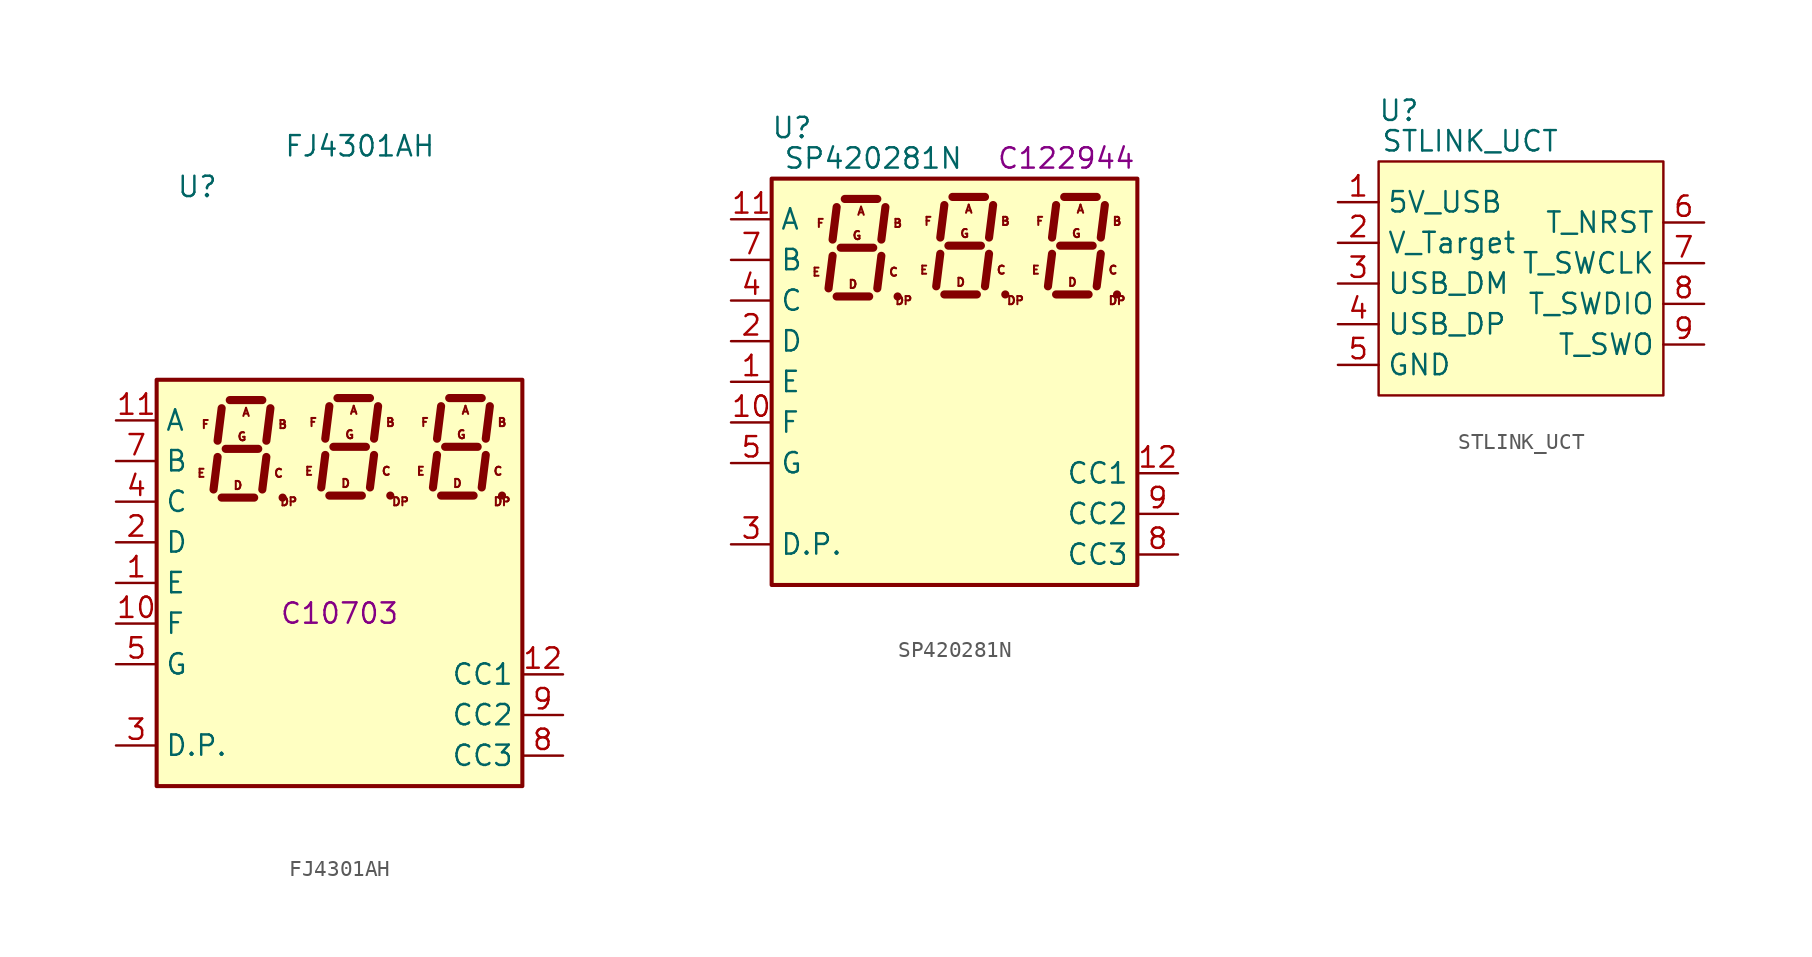
<source format=kicad_sym>
(kicad_symbol_lib
  (version 20220914)
  (generator kicad_symbol_editor)
  (symbol "FJ4301AH"
    (property "Reference" "U"
      (at -1.27 20.32 0)
      (effects (font (size 1.27 1.27))))
    (property "Value" "FJ4301AH"
      (at 8.89 22.86 0)
      (effects (font (size 1.27 1.27))))
    (property "LCSC" "C10703"
      (at 7.62 -6.35 0)
      (effects (font (size 1.27 1.27))))
    (symbol "FJ4301AH_0_0"
      (text "A" (at 1.778 6.223 0) (effects (font (size 0.508 0.508))))
      (text "A" (at 8.509 6.35 0) (effects (font (size 0.508 0.508))))
      (text "A" (at 15.494 6.35 0) (effects (font (size 0.508 0.508))))
      (text "B" (at 4.064 5.461 0) (effects (font (size 0.508 0.508))))
      (text "B" (at 10.795 5.588 0) (effects (font (size 0.508 0.508))))
      (text "B" (at 17.78 5.588 0) (effects (font (size 0.508 0.508))))
      (text "C" (at 3.81 2.413 0) (effects (font (size 0.508 0.508))))
      (text "C" (at 10.541 2.54 0) (effects (font (size 0.508 0.508))))
      (text "C" (at 17.526 2.54 0) (effects (font (size 0.508 0.508))))
      (text "D" (at 1.27 1.651 0) (effects (font (size 0.508 0.508))))
      (text "D" (at 8.001 1.778 0) (effects (font (size 0.508 0.508))))
      (text "D" (at 14.986 1.778 0) (effects (font (size 0.508 0.508))))
      (text "DP" (at 4.445 0.635 0) (effects (font (size 0.508 0.508))))
      (text "DP" (at 11.43 0.635 0) (effects (font (size 0.508 0.508))))
      (text "DP" (at 17.78 0.635 0) (effects (font (size 0.508 0.508))))
      (text "E" (at -1.016 2.413 0) (effects (font (size 0.508 0.508))))
      (text "E" (at 5.715 2.54 0) (effects (font (size 0.508 0.508))))
      (text "E" (at 12.7 2.54 0) (effects (font (size 0.508 0.508))))
      (text "F" (at -0.762 5.461 0) (effects (font (size 0.508 0.508))))
      (text "F" (at 5.969 5.588 0) (effects (font (size 0.508 0.508))))
      (text "F" (at 12.954 5.588 0) (effects (font (size 0.508 0.508))))
      (text "G" (at 1.524 4.699 0) (effects (font (size 0.508 0.508))))
      (text "G" (at 8.255 4.826 0) (effects (font (size 0.508 0.508))))
      (text "G" (at 15.24 4.826 0) (effects (font (size 0.508 0.508)))))
    (symbol "FJ4301AH_0_1"
      (rectangle (start -3.81 8.255) (end 19.05 -17.145) (stroke (width 0.254) (type default)) (fill (type background)))
      (polyline (pts (xy 0 3.429) (xy -0.254 1.397)) (stroke (width 0.508) (type default)) (fill (type none)))
      (polyline (pts (xy 0.254 0.889) (xy 2.286 0.889)) (stroke (width 0.508) (type default)) (fill (type none)))
      (polyline (pts (xy 0.254 6.477) (xy 0 4.445)) (stroke (width 0.508) (type default)) (fill (type none)))
      (polyline (pts (xy 0.508 3.937) (xy 2.54 3.937)) (stroke (width 0.508) (type default)) (fill (type none)))
      (polyline (pts (xy 0.762 6.985) (xy 2.794 6.985)) (stroke (width 0.508) (type default)) (fill (type none)))
      (polyline (pts (xy 3.048 3.429) (xy 2.794 1.397)) (stroke (width 0.508) (type default)) (fill (type none)))
      (polyline (pts (xy 3.302 6.477) (xy 3.048 4.445)) (stroke (width 0.508) (type default)) (fill (type none)))
      (polyline (pts (xy 4.064 0.889) (xy 4.064 0.889)) (stroke (width 0.508) (type default)) (fill (type none)))
      (polyline (pts (xy 6.731 3.556) (xy 6.477 1.524)) (stroke (width 0.508) (type default)) (fill (type none)))
      (polyline (pts (xy 6.985 1.016) (xy 9.017 1.016)) (stroke (width 0.508) (type default)) (fill (type none)))
      (polyline (pts (xy 6.985 6.604) (xy 6.731 4.572)) (stroke (width 0.508) (type default)) (fill (type none)))
      (polyline (pts (xy 7.239 4.064) (xy 9.271 4.064)) (stroke (width 0.508) (type default)) (fill (type none)))
      (polyline (pts (xy 7.493 7.112) (xy 9.525 7.112)) (stroke (width 0.508) (type default)) (fill (type none)))
      (polyline (pts (xy 9.779 3.556) (xy 9.525 1.524)) (stroke (width 0.508) (type default)) (fill (type none)))
      (polyline (pts (xy 10.033 6.604) (xy 9.779 4.572)) (stroke (width 0.508) (type default)) (fill (type none)))
      (polyline (pts (xy 10.795 1.016) (xy 10.795 1.016)) (stroke (width 0.508) (type default)) (fill (type none)))
      (polyline (pts (xy 13.716 3.556) (xy 13.462 1.524)) (stroke (width 0.508) (type default)) (fill (type none)))
      (polyline (pts (xy 13.97 1.016) (xy 16.002 1.016)) (stroke (width 0.508) (type default)) (fill (type none)))
      (polyline (pts (xy 13.97 6.604) (xy 13.716 4.572)) (stroke (width 0.508) (type default)) (fill (type none)))
      (polyline (pts (xy 14.224 4.064) (xy 16.256 4.064)) (stroke (width 0.508) (type default)) (fill (type none)))
      (polyline (pts (xy 14.478 7.112) (xy 16.51 7.112)) (stroke (width 0.508) (type default)) (fill (type none)))
      (polyline (pts (xy 16.764 3.556) (xy 16.51 1.524)) (stroke (width 0.508) (type default)) (fill (type none)))
      (polyline (pts (xy 17.018 6.604) (xy 16.764 4.572)) (stroke (width 0.508) (type default)) (fill (type none)))
      (polyline (pts (xy 17.78 1.016) (xy 17.78 1.016)) (stroke (width 0.508) (type default)) (fill (type none))))
    (symbol "FJ4301AH_1_1"
      (pin input line (at -6.35 -4.445 0) (length 2.54) (name "E" (effects (font (size 1.27 1.27)))) (number "1" (effects (font (size 1.27 1.27)))))
      (pin input line (at -6.35 -6.985 0) (length 2.54) (name "F" (effects (font (size 1.27 1.27)))) (number "10" (effects (font (size 1.27 1.27)))))
      (pin input line (at -6.35 5.715 0) (length 2.54) (name "A" (effects (font (size 1.27 1.27)))) (number "11" (effects (font (size 1.27 1.27)))))
      (pin input line (at 21.59 -10.16 180) (length 2.54) (name "CC1" (effects (font (size 1.27 1.27)))) (number "12" (effects (font (size 1.27 1.27)))))
      (pin input line (at -6.35 -1.905 0) (length 2.54) (name "D" (effects (font (size 1.27 1.27)))) (number "2" (effects (font (size 1.27 1.27)))))
      (pin input line (at -6.35 -14.605 0) (length 2.54) (name "D.P." (effects (font (size 1.27 1.27)))) (number "3" (effects (font (size 1.27 1.27)))))
      (pin input line (at -6.35 0.635 0) (length 2.54) (name "C" (effects (font (size 1.27 1.27)))) (number "4" (effects (font (size 1.27 1.27)))))
      (pin input line (at -6.35 -9.525 0) (length 2.54) (name "G" (effects (font (size 1.27 1.27)))) (number "5" (effects (font (size 1.27 1.27)))))
      (pin no_connect line (at 21.59 -5.08 180) (length 2.54) hide (name "NC" (effects (font (size 1.27 1.27)))) (number "6" (effects (font (size 1.27 1.27)))))
      (pin input line (at -6.35 3.175 0) (length 2.54) (name "B" (effects (font (size 1.27 1.27)))) (number "7" (effects (font (size 1.27 1.27)))))
      (pin input line (at 21.59 -15.24 180) (length 2.54) (name "CC3" (effects (font (size 1.27 1.27)))) (number "8" (effects (font (size 1.27 1.27)))))
      (pin input line (at 21.59 -12.7 180) (length 2.54) (name "CC2" (effects (font (size 1.27 1.27)))) (number "9" (effects (font (size 1.27 1.27)))))))
  (symbol "SP420281N"
    (property "Reference" "U"
      (at -10.16 17.145 0)
      (effects (font (size 1.27 1.27))))
    (property "Value" "SP420281N"
      (at -5.08 15.24 0)
      (effects (font (size 1.27 1.27))))
    (property "LCSC" "C122944"
      (at 6.985 15.24 0)
      (effects (font (size 1.27 1.27))))
    (symbol "SP420281N_0_0"
      (text "A" (at -5.842 11.938 0) (effects (font (size 0.508 0.508))))
      (text "A" (at 0.889 12.065 0) (effects (font (size 0.508 0.508))))
      (text "A" (at 7.874 12.065 0) (effects (font (size 0.508 0.508))))
      (text "B" (at -3.556 11.176 0) (effects (font (size 0.508 0.508))))
      (text "B" (at 3.175 11.303 0) (effects (font (size 0.508 0.508))))
      (text "B" (at 10.16 11.303 0) (effects (font (size 0.508 0.508))))
      (text "C" (at -3.81 8.128 0) (effects (font (size 0.508 0.508))))
      (text "C" (at 2.921 8.255 0) (effects (font (size 0.508 0.508))))
      (text "C" (at 9.906 8.255 0) (effects (font (size 0.508 0.508))))
      (text "D" (at -6.35 7.366 0) (effects (font (size 0.508 0.508))))
      (text "D" (at 0.381 7.493 0) (effects (font (size 0.508 0.508))))
      (text "D" (at 7.366 7.493 0) (effects (font (size 0.508 0.508))))
      (text "DP" (at -3.175 6.35 0) (effects (font (size 0.508 0.508))))
      (text "DP" (at 3.81 6.35 0) (effects (font (size 0.508 0.508))))
      (text "DP" (at 10.16 6.35 0) (effects (font (size 0.508 0.508))))
      (text "E" (at -8.636 8.128 0) (effects (font (size 0.508 0.508))))
      (text "E" (at -1.905 8.255 0) (effects (font (size 0.508 0.508))))
      (text "E" (at 5.08 8.255 0) (effects (font (size 0.508 0.508))))
      (text "F" (at -8.382 11.176 0) (effects (font (size 0.508 0.508))))
      (text "F" (at -1.651 11.303 0) (effects (font (size 0.508 0.508))))
      (text "F" (at 5.334 11.303 0) (effects (font (size 0.508 0.508))))
      (text "G" (at -6.096 10.414 0) (effects (font (size 0.508 0.508))))
      (text "G" (at 0.635 10.541 0) (effects (font (size 0.508 0.508))))
      (text "G" (at 7.62 10.541 0) (effects (font (size 0.508 0.508)))))
    (symbol "SP420281N_0_1"
      (rectangle (start -11.43 13.97) (end 11.43 -11.43) (stroke (width 0.254) (type default)) (fill (type background)))
      (polyline (pts (xy -7.62 9.144) (xy -7.874 7.112)) (stroke (width 0.508) (type default)) (fill (type none)))
      (polyline (pts (xy -7.366 6.604) (xy -5.334 6.604)) (stroke (width 0.508) (type default)) (fill (type none)))
      (polyline (pts (xy -7.366 12.192) (xy -7.62 10.16)) (stroke (width 0.508) (type default)) (fill (type none)))
      (polyline (pts (xy -7.112 9.652) (xy -5.08 9.652)) (stroke (width 0.508) (type default)) (fill (type none)))
      (polyline (pts (xy -6.858 12.7) (xy -4.826 12.7)) (stroke (width 0.508) (type default)) (fill (type none)))
      (polyline (pts (xy -4.572 9.144) (xy -4.826 7.112)) (stroke (width 0.508) (type default)) (fill (type none)))
      (polyline (pts (xy -4.318 12.192) (xy -4.572 10.16)) (stroke (width 0.508) (type default)) (fill (type none)))
      (polyline (pts (xy -3.556 6.604) (xy -3.556 6.604)) (stroke (width 0.508) (type default)) (fill (type none)))
      (polyline (pts (xy -0.889 9.271) (xy -1.143 7.239)) (stroke (width 0.508) (type default)) (fill (type none)))
      (polyline (pts (xy -0.635 6.731) (xy 1.397 6.731)) (stroke (width 0.508) (type default)) (fill (type none)))
      (polyline (pts (xy -0.635 12.319) (xy -0.889 10.287)) (stroke (width 0.508) (type default)) (fill (type none)))
      (polyline (pts (xy -0.381 9.779) (xy 1.651 9.779)) (stroke (width 0.508) (type default)) (fill (type none)))
      (polyline (pts (xy -0.127 12.827) (xy 1.905 12.827)) (stroke (width 0.508) (type default)) (fill (type none)))
      (polyline (pts (xy 2.159 9.271) (xy 1.905 7.239)) (stroke (width 0.508) (type default)) (fill (type none)))
      (polyline (pts (xy 2.413 12.319) (xy 2.159 10.287)) (stroke (width 0.508) (type default)) (fill (type none)))
      (polyline (pts (xy 3.175 6.731) (xy 3.175 6.731)) (stroke (width 0.508) (type default)) (fill (type none)))
      (polyline (pts (xy 6.096 9.271) (xy 5.842 7.239)) (stroke (width 0.508) (type default)) (fill (type none)))
      (polyline (pts (xy 6.35 6.731) (xy 8.382 6.731)) (stroke (width 0.508) (type default)) (fill (type none)))
      (polyline (pts (xy 6.35 12.319) (xy 6.096 10.287)) (stroke (width 0.508) (type default)) (fill (type none)))
      (polyline (pts (xy 6.604 9.779) (xy 8.636 9.779)) (stroke (width 0.508) (type default)) (fill (type none)))
      (polyline (pts (xy 6.858 12.827) (xy 8.89 12.827)) (stroke (width 0.508) (type default)) (fill (type none)))
      (polyline (pts (xy 9.144 9.271) (xy 8.89 7.239)) (stroke (width 0.508) (type default)) (fill (type none)))
      (polyline (pts (xy 9.398 12.319) (xy 9.144 10.287)) (stroke (width 0.508) (type default)) (fill (type none)))
      (polyline (pts (xy 10.16 6.731) (xy 10.16 6.731)) (stroke (width 0.508) (type default)) (fill (type none))))
    (symbol "SP420281N_1_1"
      (pin input line (at -13.97 1.27 0) (length 2.54) (name "E" (effects (font (size 1.27 1.27)))) (number "1" (effects (font (size 1.27 1.27)))))
      (pin input line (at -13.97 -1.27 0) (length 2.54) (name "F" (effects (font (size 1.27 1.27)))) (number "10" (effects (font (size 1.27 1.27)))))
      (pin input line (at -13.97 11.43 0) (length 2.54) (name "A" (effects (font (size 1.27 1.27)))) (number "11" (effects (font (size 1.27 1.27)))))
      (pin input line (at 13.97 -4.445 180) (length 2.54) (name "CC1" (effects (font (size 1.27 1.27)))) (number "12" (effects (font (size 1.27 1.27)))))
      (pin input line (at -13.97 3.81 0) (length 2.54) (name "D" (effects (font (size 1.27 1.27)))) (number "2" (effects (font (size 1.27 1.27)))))
      (pin input line (at -13.97 -8.89 0) (length 2.54) (name "D.P." (effects (font (size 1.27 1.27)))) (number "3" (effects (font (size 1.27 1.27)))))
      (pin input line (at -13.97 6.35 0) (length 2.54) (name "C" (effects (font (size 1.27 1.27)))) (number "4" (effects (font (size 1.27 1.27)))))
      (pin input line (at -13.97 -3.81 0) (length 2.54) (name "G" (effects (font (size 1.27 1.27)))) (number "5" (effects (font (size 1.27 1.27)))))
      (pin no_connect line (at 13.97 0.635 180) (length 2.54) hide (name "NC" (effects (font (size 1.27 1.27)))) (number "6" (effects (font (size 1.27 1.27)))))
      (pin input line (at -13.97 8.89 0) (length 2.54) (name "B" (effects (font (size 1.27 1.27)))) (number "7" (effects (font (size 1.27 1.27)))))
      (pin input line (at 13.97 -9.525 180) (length 2.54) (name "CC3" (effects (font (size 1.27 1.27)))) (number "8" (effects (font (size 1.27 1.27)))))
      (pin input line (at 13.97 -6.985 180) (length 2.54) (name "CC2" (effects (font (size 1.27 1.27)))) (number "9" (effects (font (size 1.27 1.27)))))))
  (symbol "STLINK_UCT"
    (property "Reference" "U"
      (at -5.08 9.525 0)
      (effects (font (size 1.27 1.27))))
    (property "Value" "STLINK_UCT"
      (at -0.635 7.62 0)
      (effects (font (size 1.27 1.27))))
    (symbol "STLINK_UCT_0_1"
      (rectangle (start -6.35 6.35) (end 11.43 -8.255) (stroke (width 0.152) (type default)) (fill (type background))))
    (symbol "STLINK_UCT_1_1"
      (pin power_in line (at -8.89 3.81 0) (length 2.54) (name "5V_USB" (effects (font (size 1.27 1.27)))) (number "1" (effects (font (size 1.27 1.27)))))
      (pin power_in line (at -8.89 1.27 0) (length 2.54) (name "V_Target" (effects (font (size 1.27 1.27)))) (number "2" (effects (font (size 1.27 1.27)))))
      (pin bidirectional line (at -8.89 -1.27 0) (length 2.54) (name "USB_DM" (effects (font (size 1.27 1.27)))) (number "3" (effects (font (size 1.27 1.27)))))
      (pin bidirectional line (at -8.89 -3.81 0) (length 2.54) (name "USB_DP" (effects (font (size 1.27 1.27)))) (number "4" (effects (font (size 1.27 1.27)))))
      (pin power_in line (at -8.89 -6.35 0) (length 2.54) (name "GND" (effects (font (size 1.27 1.27)))) (number "5" (effects (font (size 1.27 1.27)))))
      (pin bidirectional line (at 13.97 2.54 180) (length 2.54) (name "T_NRST" (effects (font (size 1.27 1.27)))) (number "6" (effects (font (size 1.27 1.27)))))
      (pin bidirectional line (at 13.97 0 180) (length 2.54) (name "T_SWCLK" (effects (font (size 1.27 1.27)))) (number "7" (effects (font (size 1.27 1.27)))))
      (pin bidirectional line (at 13.97 -2.54 180) (length 2.54) (name "T_SWDIO" (effects (font (size 1.27 1.27)))) (number "8" (effects (font (size 1.27 1.27)))))
      (pin bidirectional line (at 13.97 -5.08 180) (length 2.54) (name "T_SWO" (effects (font (size 1.27 1.27)))) (number "9" (effects (font (size 1.27 1.27))))))))
</source>
